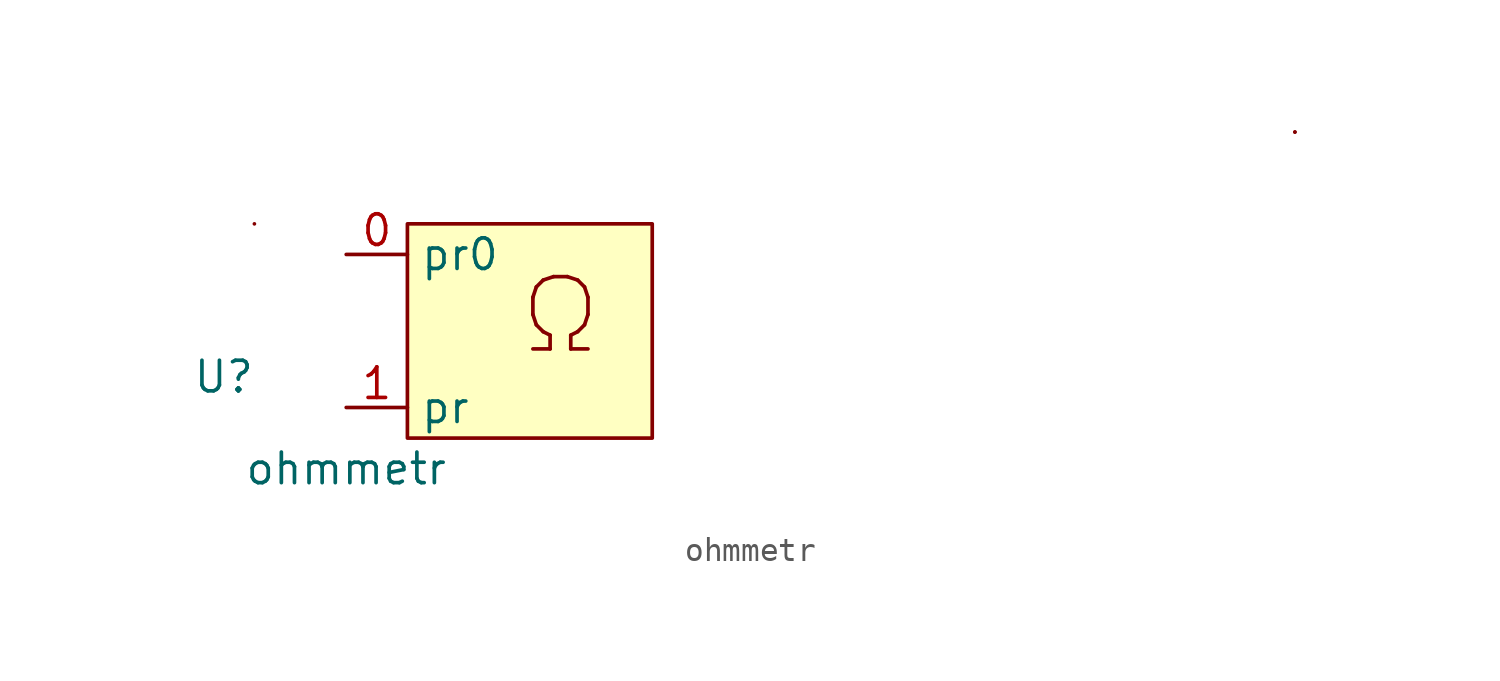
<source format=kicad_sym>
(kicad_symbol_lib
  (version 20211014)
  (generator kicad_symbol_editor)
  (symbol "ohmmetr"
    (property "Reference" "U"
      (at -5.08 1.27 0)
      (effects (font (size 1.27 1.27))))
    (property "Value" "ohmmetr"
      (at 0 -2.54 0)
      (effects (font (size 1.27 1.27))))
    (symbol "ohmmetr_0_0"
      (text "Ω" (at 8.89 3.81 0) (effects (font (size 3 3)))))
    (symbol "ohmmetr_0_1"
      (rectangle (start -3.81 7.62) (end -3.81 7.62) (stroke (width 0) (type default) (color 0 0 0 0)) (fill (type none)))
      (polyline (pts (xy 39.37 11.43) (xy 39.37 11.43)) (stroke (width 0) (type default) (color 0 0 0 0)) (fill (type none)))
      (rectangle (start 2.54 7.62) (end 12.7 -1.27) (stroke (width 0) (type default) (color 0 0 0 0)) (fill (type background)))
      (rectangle (start 39.37 11.43) (end 39.37 11.43) (stroke (width 0) (type default) (color 0 0 0 0)) (fill (type none))))
    (symbol "ohmmetr_1_1"
      (pin input line (at 0 6.35 0) (length 2.54) (name "pr0" (effects (font (size 1.27 1.27)))) (number "0" (effects (font (size 1.27 1.27)))))
      (pin input line (at 0 0 0) (length 2.54) (name "pr" (effects (font (size 1.27 1.27)))) (number "1" (effects (font (size 1.27 1.27))))))))
</source>
